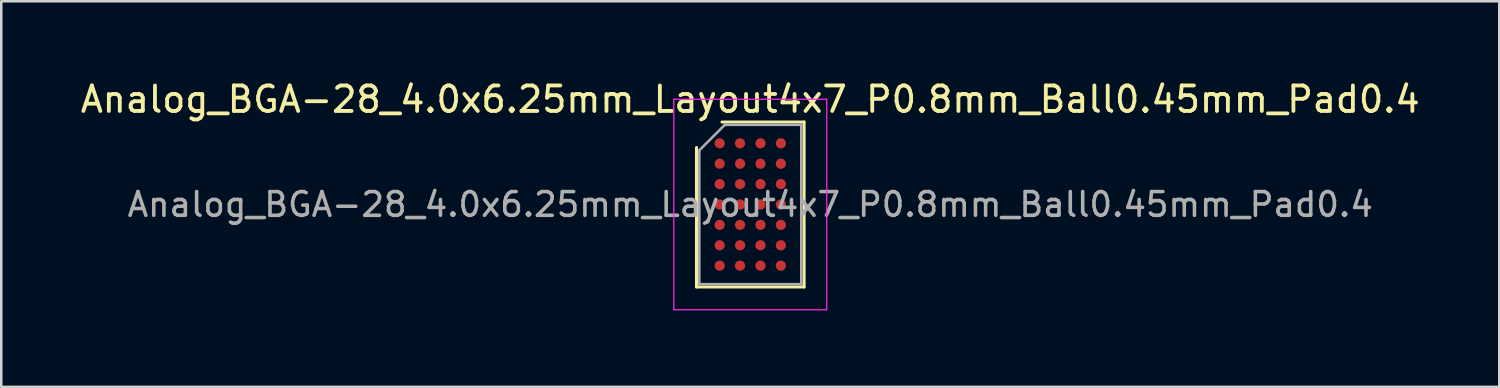
<source format=kicad_pcb>
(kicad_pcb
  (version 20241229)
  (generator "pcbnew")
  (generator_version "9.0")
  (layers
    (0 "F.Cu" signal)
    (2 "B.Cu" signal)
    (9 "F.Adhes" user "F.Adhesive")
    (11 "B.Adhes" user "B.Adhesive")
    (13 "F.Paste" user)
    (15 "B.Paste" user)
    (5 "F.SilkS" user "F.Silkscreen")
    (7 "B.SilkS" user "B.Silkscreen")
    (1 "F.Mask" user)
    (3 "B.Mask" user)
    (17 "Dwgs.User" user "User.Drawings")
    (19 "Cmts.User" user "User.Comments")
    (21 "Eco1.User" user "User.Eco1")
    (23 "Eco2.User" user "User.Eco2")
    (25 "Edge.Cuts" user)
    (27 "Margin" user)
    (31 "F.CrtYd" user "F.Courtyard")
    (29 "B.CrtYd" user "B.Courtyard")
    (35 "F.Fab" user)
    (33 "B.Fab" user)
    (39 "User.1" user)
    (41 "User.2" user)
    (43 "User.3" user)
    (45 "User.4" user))
  (footprint "Analog_BGA-28_4.0x6.25mm_Layout4x7_P0.8mm_Ball0.45mm_Pad0.4"
    (layer "F.Cu")
    (at 26.387 4.973)
    (property "Reference" "Analog_BGA-28_4.0x6.25mm_Layout4x7_P0.8mm_Ball0.45mm_Pad0.4" (at 0 -4.125 0) (layer "F.SilkS") (effects (font (size 1 1) (thickness 0.15))))
    (attr smd)
    (fp_line (start -2.11 3.235) (end -2.11 -2.235) (stroke (width 0.12) (type solid)) (layer "F.SilkS"))
    (fp_line (start -1.11 -3.235) (end 2.11 -3.235) (stroke (width 0.12) (type solid)) (layer "F.SilkS"))
    (fp_line (start 2.11 -3.235) (end 2.11 3.235) (stroke (width 0.12) (type solid)) (layer "F.SilkS"))
    (fp_line (start 2.11 3.235) (end -2.11 3.235) (stroke (width 0.12) (type solid)) (layer "F.SilkS"))
    (fp_line (start -3 -4.13) (end -3 4.13) (stroke (width 0.05) (type solid)) (layer "F.CrtYd"))
    (fp_line (start -3 4.13) (end 3 4.13) (stroke (width 0.05) (type solid)) (layer "F.CrtYd"))
    (fp_line (start 3 -4.13) (end -3 -4.13) (stroke (width 0.05) (type solid)) (layer "F.CrtYd"))
    (fp_line (start 3 4.13) (end 3 -4.13) (stroke (width 0.05) (type solid)) (layer "F.CrtYd"))
    (fp_line (start -2 -2.125) (end -1 -3.125) (stroke (width 0.1) (type solid)) (layer "F.Fab"))
    (fp_line (start -2 3.125) (end -2 -2.125) (stroke (width 0.1) (type solid)) (layer "F.Fab"))
    (fp_line (start -1 -3.125) (end 2 -3.125) (stroke (width 0.1) (type solid)) (layer "F.Fab"))
    (fp_line (start 2 -3.125) (end 2 3.125) (stroke (width 0.1) (type solid)) (layer "F.Fab"))
    (fp_line (start 2 3.125) (end -2 3.125) (stroke (width 0.1) (type solid)) (layer "F.Fab"))
    (fp_text user "${REFERENCE}" (at 0 0 0) (layer "F.Fab") (effects (font (size 0.93 0.93) (thickness 0.14))))
    (pad "A1" smd circle (at -1.2 -2.4) (size 0.4 0.4) (layers "F.Cu" "F.Mask" "F.Paste"))
    (pad "A2" smd circle (at -0.4 -2.4) (size 0.4 0.4) (layers "F.Cu" "F.Mask" "F.Paste"))
    (pad "A3" smd circle (at 0.4 -2.4) (size 0.4 0.4) (layers "F.Cu" "F.Mask" "F.Paste"))
    (pad "A4" smd circle (at 1.2 -2.4) (size 0.4 0.4) (layers "F.Cu" "F.Mask" "F.Paste"))
    (pad "B1" smd circle (at -1.2 -1.6) (size 0.4 0.4) (layers "F.Cu" "F.Mask" "F.Paste"))
    (pad "B2" smd circle (at -0.4 -1.6) (size 0.4 0.4) (layers "F.Cu" "F.Mask" "F.Paste"))
    (pad "B3" smd circle (at 0.4 -1.6) (size 0.4 0.4) (layers "F.Cu" "F.Mask" "F.Paste"))
    (pad "B4" smd circle (at 1.2 -1.6) (size 0.4 0.4) (layers "F.Cu" "F.Mask" "F.Paste"))
    (pad "C1" smd circle (at -1.2 -0.8) (size 0.4 0.4) (layers "F.Cu" "F.Mask" "F.Paste"))
    (pad "C2" smd circle (at -0.4 -0.8) (size 0.4 0.4) (layers "F.Cu" "F.Mask" "F.Paste"))
    (pad "C3" smd circle (at 0.4 -0.8) (size 0.4 0.4) (layers "F.Cu" "F.Mask" "F.Paste"))
    (pad "C4" smd circle (at 1.2 -0.8) (size 0.4 0.4) (layers "F.Cu" "F.Mask" "F.Paste"))
    (pad "D1" smd circle (at -1.2 0) (size 0.4 0.4) (layers "F.Cu" "F.Mask" "F.Paste"))
    (pad "D2" smd circle (at -0.4 0) (size 0.4 0.4) (layers "F.Cu" "F.Mask" "F.Paste"))
    (pad "D3" smd circle (at 0.4 0) (size 0.4 0.4) (layers "F.Cu" "F.Mask" "F.Paste"))
    (pad "D4" smd circle (at 1.2 0) (size 0.4 0.4) (layers "F.Cu" "F.Mask" "F.Paste"))
    (pad "E1" smd circle (at -1.2 0.8) (size 0.4 0.4) (layers "F.Cu" "F.Mask" "F.Paste"))
    (pad "E2" smd circle (at -0.4 0.8) (size 0.4 0.4) (layers "F.Cu" "F.Mask" "F.Paste"))
    (pad "E3" smd circle (at 0.4 0.8) (size 0.4 0.4) (layers "F.Cu" "F.Mask" "F.Paste"))
    (pad "E4" smd circle (at 1.2 0.8) (size 0.4 0.4) (layers "F.Cu" "F.Mask" "F.Paste"))
    (pad "F1" smd circle (at -1.2 1.6) (size 0.4 0.4) (layers "F.Cu" "F.Mask" "F.Paste"))
    (pad "F2" smd circle (at -0.4 1.6) (size 0.4 0.4) (layers "F.Cu" "F.Mask" "F.Paste"))
    (pad "F3" smd circle (at 0.4 1.6) (size 0.4 0.4) (layers "F.Cu" "F.Mask" "F.Paste"))
    (pad "F4" smd circle (at 1.2 1.6) (size 0.4 0.4) (layers "F.Cu" "F.Mask" "F.Paste"))
    (pad "G1" smd circle (at -1.2 2.4) (size 0.4 0.4) (layers "F.Cu" "F.Mask" "F.Paste"))
    (pad "G2" smd circle (at -0.4 2.4) (size 0.4 0.4) (layers "F.Cu" "F.Mask" "F.Paste"))
    (pad "G3" smd circle (at 0.4 2.4) (size 0.4 0.4) (layers "F.Cu" "F.Mask" "F.Paste"))
    (pad "G4" smd circle (at 1.2 2.4) (size 0.4 0.4) (layers "F.Cu" "F.Mask" "F.Paste")))
  (gr_rect
    (start -3 -3)
    (end 55.774 12.128)
    (stroke (width 0.1) (type default))
    (fill no)
    (layer "Edge.Cuts")))
</source>
